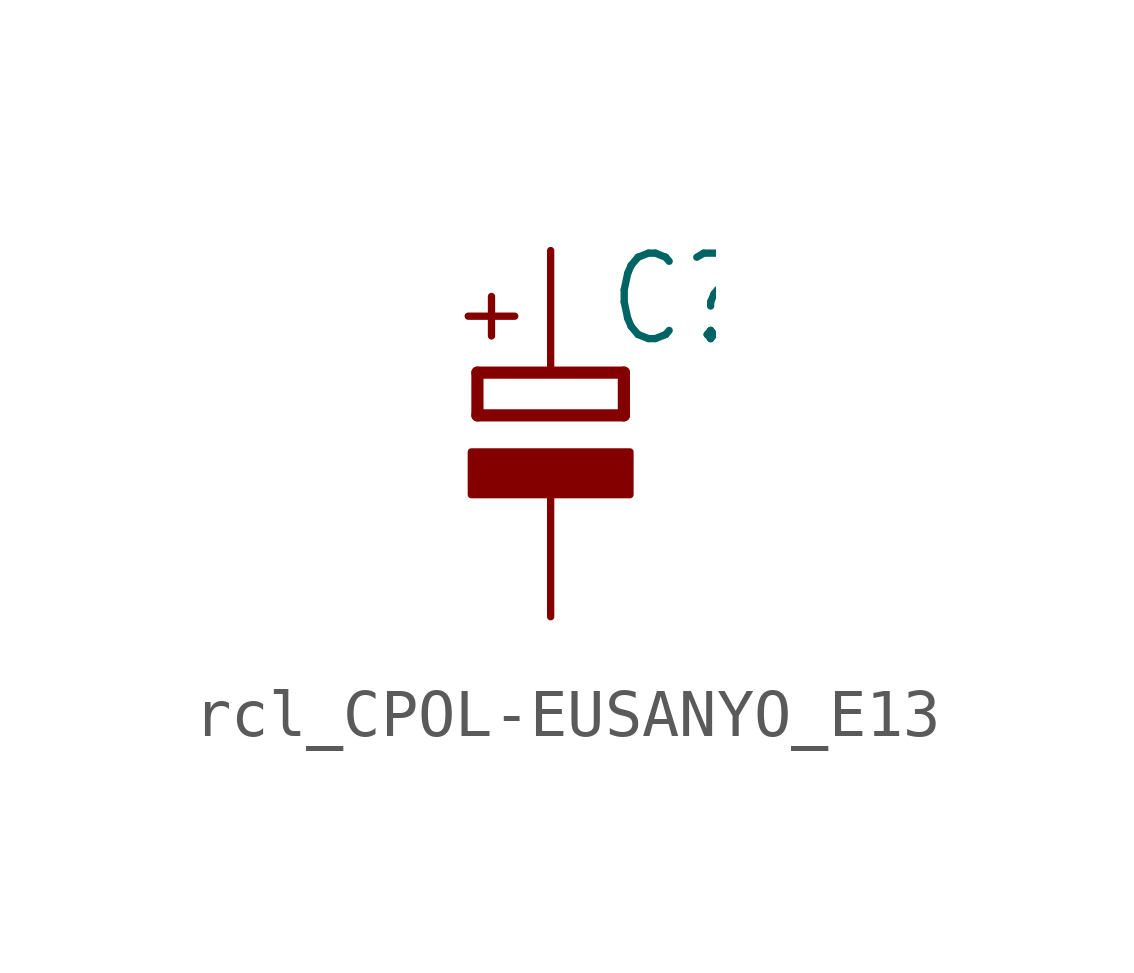
<source format=kicad_sym>
(kicad_symbol_lib
  (version 20241209)
  (generator "kicad_symbol_editor")
  (generator_version "9.0")
  (symbol "rcl_CPOL-EUSANYO_E13"
    (property "Reference" "C"
      (at 1.143 0.483 0)
      (effects (font (size 1.778 1.511)) (justify left bottom)))
    (property "Value" ""
      (at 1.143 -4.597 0)
      (effects (font (size 1.778 1.511)) (justify left bottom)))
    (property "ki_locked" ""
      (at 0 0 0)
      (effects (font (size 1.27 1.27))))
    (symbol "rcl_CPOL-EUSANYO_E13_1_0"
      (rectangle (start -1.651 -2.54) (end 1.651 -1.651) (stroke (width 0) (type default)) (fill (type outline)))
      (polyline (pts (xy -1.524 0) (xy -1.524 -0.889)) (stroke (width 0.254) (type solid)) (fill (type none)))
      (polyline (pts (xy -1.524 0) (xy 1.524 0)) (stroke (width 0.254) (type solid)) (fill (type none)))
      (polyline (pts (xy -1.524 -0.889) (xy 1.524 -0.889)) (stroke (width 0.254) (type solid)) (fill (type none)))
      (polyline (pts (xy 1.524 -0.889) (xy 1.524 0)) (stroke (width 0.254) (type solid)) (fill (type none)))
      (text "+" (at -0.584 0.406 900) (effects (font (size 1.27 1.079)) (justify left bottom)))
      (pin passive line (at 0 2.54 270) (length 2.54) (name "+" (effects (font (size 0 0)))) (number "+" (effects (font (size 0 0)))))
      (pin passive line (at 0 -5.08 90) (length 2.54) (name "-" (effects (font (size 0 0)))) (number "-" (effects (font (size 0 0))))))))
</source>
